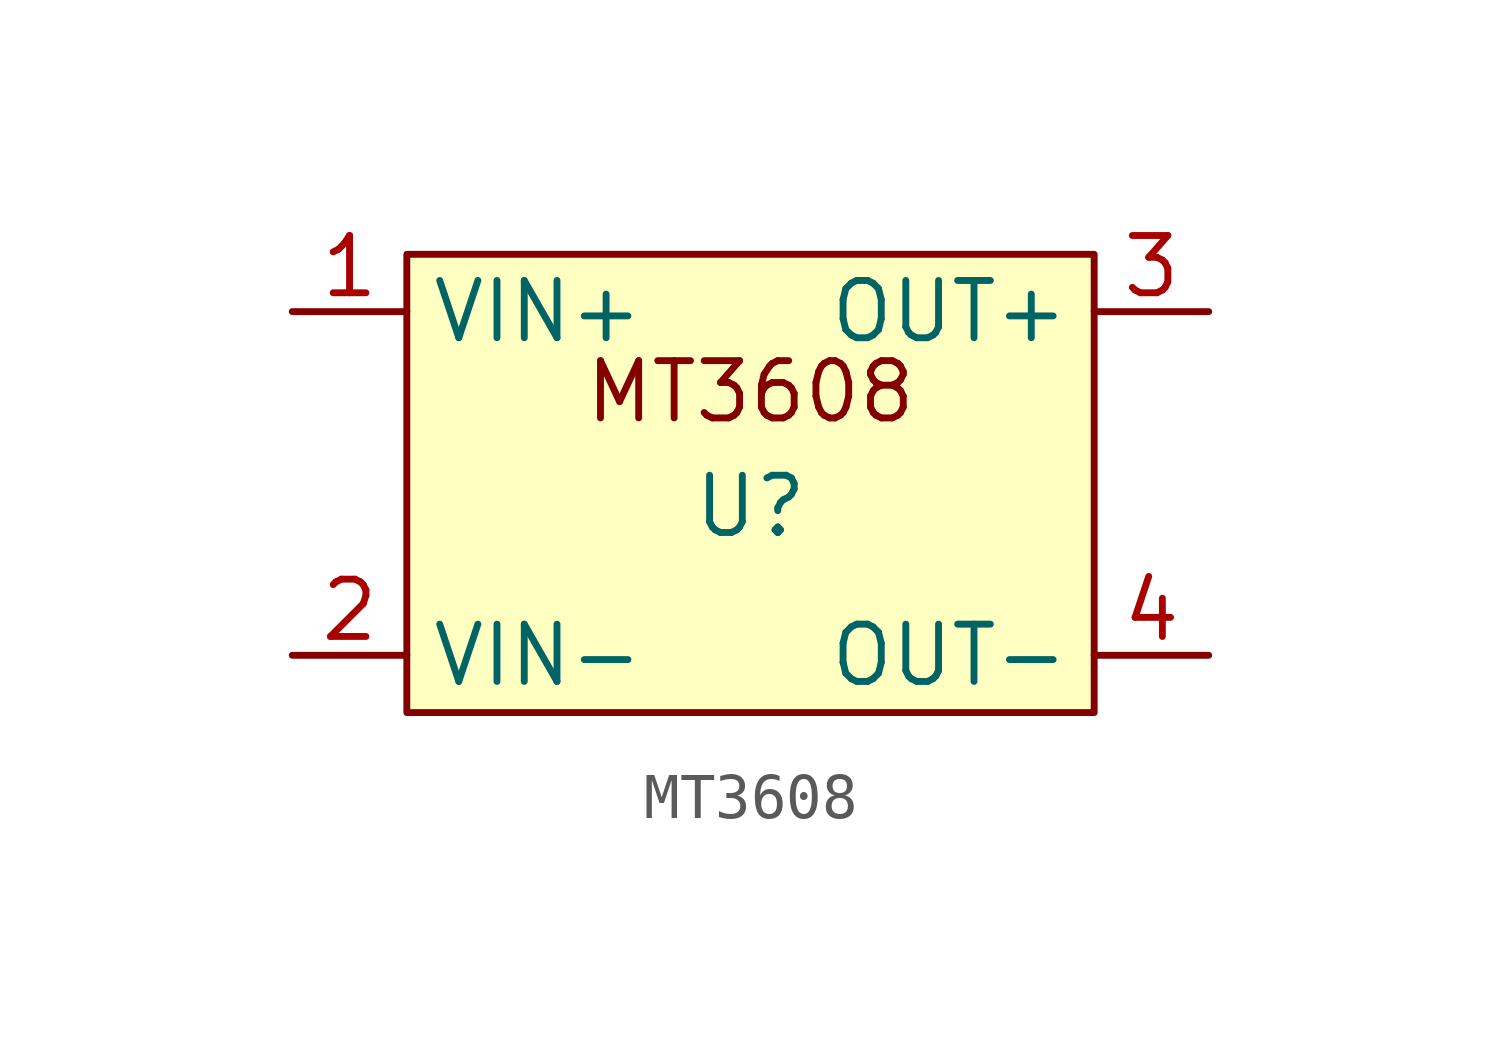
<source format=kicad_sym>
(kicad_symbol_lib
  (version 20241209)
  (generator "kicad_symbol_editor")
  (generator_version "9.0")
  (symbol "MT3608"
    (property "Reference" "U"
      (at 0 -0.508 0)
      (effects (font (size 1.27 1.27))))
    (property "Value" ""
      (at 0 0 0)
      (effects (font (size 1.27 1.27))))
    (symbol "MT3608_1_1"
      (rectangle (start -7.62 5.08) (end 7.62 -5.08) (stroke (width 0) (type solid)) (fill (type background)))
      (text "MT3608" (at 0 2.032 0) (effects (font (size 1.27 1.27))))
      (pin power_in line (at -10.16 3.81 0) (length 2.54) (name "VIN+" (effects (font (size 1.27 1.27)))) (number "1" (effects (font (size 1.27 1.27)))))
      (pin power_in line (at -10.16 -3.81 0) (length 2.54) (name "VIN-" (effects (font (size 1.27 1.27)))) (number "2" (effects (font (size 1.27 1.27)))))
      (pin power_in line (at 10.16 3.81 180) (length 2.54) (name "OUT+" (effects (font (size 1.27 1.27)))) (number "3" (effects (font (size 1.27 1.27)))))
      (pin power_in line (at 10.16 -3.81 180) (length 2.54) (name "OUT-" (effects (font (size 1.27 1.27)))) (number "4" (effects (font (size 1.27 1.27))))))))
</source>
